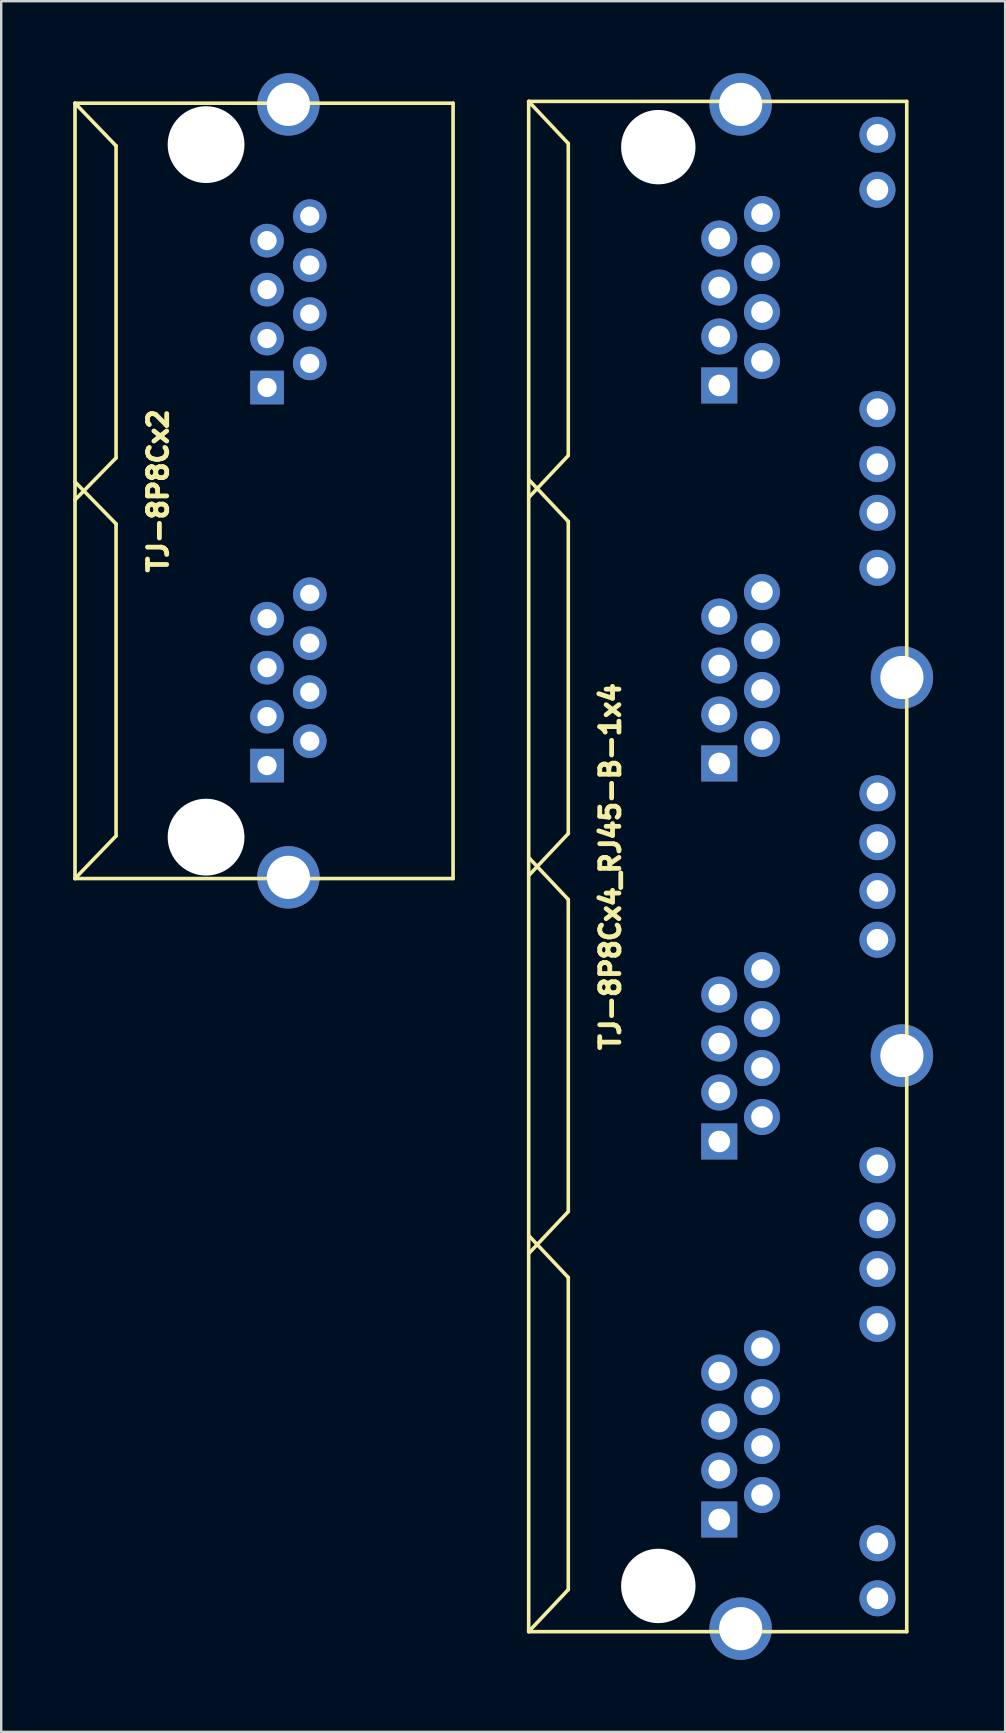
<source format=kicad_pcb>
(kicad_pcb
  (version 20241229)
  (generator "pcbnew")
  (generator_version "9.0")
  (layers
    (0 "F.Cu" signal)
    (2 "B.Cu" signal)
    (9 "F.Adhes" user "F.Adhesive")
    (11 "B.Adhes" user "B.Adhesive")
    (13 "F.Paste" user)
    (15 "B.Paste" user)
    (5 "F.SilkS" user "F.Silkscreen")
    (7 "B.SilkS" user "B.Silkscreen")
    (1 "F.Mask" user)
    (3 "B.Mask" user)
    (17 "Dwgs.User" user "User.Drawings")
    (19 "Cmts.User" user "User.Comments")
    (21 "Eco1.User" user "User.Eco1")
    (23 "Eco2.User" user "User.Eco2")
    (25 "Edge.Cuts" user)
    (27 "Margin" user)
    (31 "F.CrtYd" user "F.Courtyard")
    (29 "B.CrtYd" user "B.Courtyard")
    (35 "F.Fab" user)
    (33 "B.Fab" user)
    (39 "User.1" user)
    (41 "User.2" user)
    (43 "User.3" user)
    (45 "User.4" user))
  (footprint "TJ-8P8Cx2"
    (layer "F.Cu")
    (at 5.535 17.4)
    (property "Reference" "TJ-8P8Cx2" (at -2 0 90) (layer "F.SilkS") (effects (font (size 0.8 0.8) (thickness 0.2))))
    (attr through_hole)
    (fp_line (start -5.46 -16.15) (end -5.46 16.15) (stroke (width 0.15) (type solid)) (layer "F.SilkS"))
    (fp_line (start -5.46 0.376) (end -3.75 -1.374) (stroke (width 0.15) (type solid)) (layer "F.SilkS"))
    (fp_line (start -5.46 16.15) (end -3.75 14.374) (stroke (width 0.15) (type solid)) (layer "F.SilkS"))
    (fp_line (start -5.46 16.15) (end 10.29 16.15) (stroke (width 0.15) (type solid)) (layer "F.SilkS"))
    (fp_line (start -3.75 -14.374) (end -5.46 -16.15) (stroke (width 0.15) (type solid)) (layer "F.SilkS"))
    (fp_line (start -3.75 -1.374) (end -3.75 -14.374) (stroke (width 0.15) (type solid)) (layer "F.SilkS"))
    (fp_line (start -3.75 1.374) (end -5.46 -0.376) (stroke (width 0.15) (type solid)) (layer "F.SilkS"))
    (fp_line (start -3.75 14.374) (end -3.75 1.374) (stroke (width 0.15) (type solid)) (layer "F.SilkS"))
    (fp_line (start 10.29 -16.15) (end -5.46 -16.15) (stroke (width 0.15) (type solid)) (layer "F.SilkS"))
    (fp_line (start 10.29 16.15) (end 10.29 -16.15) (stroke (width 0.15) (type solid)) (layer "F.SilkS"))
    (pad "" np_thru_hole circle (at 0 -14.425) (size 3.2 3.2) (drill 3.2) (layers "*.Cu" "*.Mask"))
    (pad "" np_thru_hole circle (at 0 14.425) (size 3.2 3.2) (drill 3.2) (layers "*.Cu" "*.Mask"))
    (pad "1" thru_hole rect (at 2.54 -4.305) (size 1.4 1.4) (drill 0.8) (layers "*.Cu" "*.Mask"))
    (pad "2" thru_hole circle (at 4.32 -5.312) (size 1.4 1.4) (drill 0.8) (layers "*.Cu" "*.Mask"))
    (pad "3" thru_hole circle (at 2.54 -6.345) (size 1.4 1.4) (drill 0.8) (layers "*.Cu" "*.Mask"))
    (pad "4" thru_hole circle (at 4.32 -7.365) (size 1.4 1.4) (drill 0.8) (layers "*.Cu" "*.Mask"))
    (pad "5" thru_hole circle (at 2.54 -8.385) (size 1.4 1.4) (drill 0.8) (layers "*.Cu" "*.Mask"))
    (pad "6" thru_hole circle (at 4.32 -9.405) (size 1.4 1.4) (drill 0.8) (layers "*.Cu" "*.Mask"))
    (pad "7" thru_hole circle (at 2.54 -10.425) (size 1.4 1.4) (drill 0.8) (layers "*.Cu" "*.Mask"))
    (pad "8" thru_hole circle (at 4.32 -11.445) (size 1.4 1.4) (drill 0.8) (layers "*.Cu" "*.Mask"))
    (pad "9" thru_hole rect (at 2.54 11.445) (size 1.4 1.4) (drill 0.8) (layers "*.Cu" "*.Mask"))
    (pad "10" thru_hole circle (at 4.32 10.425) (size 1.4 1.4) (drill 0.8) (layers "*.Cu" "*.Mask"))
    (pad "11" thru_hole circle (at 2.54 9.405) (size 1.4 1.4) (drill 0.8) (layers "*.Cu" "*.Mask"))
    (pad "12" thru_hole circle (at 4.32 8.385) (size 1.4 1.4) (drill 0.8) (layers "*.Cu" "*.Mask"))
    (pad "13" thru_hole circle (at 2.54 7.365) (size 1.4 1.4) (drill 0.8) (layers "*.Cu" "*.Mask"))
    (pad "14" thru_hole circle (at 4.32 6.345) (size 1.4 1.4) (drill 0.8) (layers "*.Cu" "*.Mask"))
    (pad "15" thru_hole circle (at 2.54 5.325) (size 1.4 1.4) (drill 0.8) (layers "*.Cu" "*.Mask"))
    (pad "16" thru_hole circle (at 4.32 4.305) (size 1.4 1.4) (drill 0.8) (layers "*.Cu" "*.Mask"))
    (pad "H" thru_hole circle (at 3.43 -16.1) (size 2.6 2.6) (drill 1.8) (layers "*.Cu" "*.Mask"))
    (pad "H" thru_hole circle (at 3.43 16.1) (size 2.6 2.6) (drill 1.8) (layers "*.Cu" "*.Mask")))
  (footprint "TJ-8P8Cx4_RJ45-B-1x4"
    (layer "F.Cu")
    (at 24.375 33.05)
    (property "Reference" "TJ-8P8Cx4_RJ45-B-1x4" (at -2 0 90) (layer "F.SilkS") (effects (font (size 0.8 0.8) (thickness 0.2))))
    (attr through_hole)
    (fp_line (start -5.4 -31.875) (end -5.4 31.875) (stroke (width 0.15) (type solid)) (layer "F.SilkS"))
    (fp_line (start -5.4 -15.372) (end -3.75 -17.122) (stroke (width 0.15) (type solid)) (layer "F.SilkS"))
    (fp_line (start -5.4 0.376) (end -3.75 -1.374) (stroke (width 0.15) (type solid)) (layer "F.SilkS"))
    (fp_line (start -5.4 16.124) (end -3.75 14.374) (stroke (width 0.15) (type solid)) (layer "F.SilkS"))
    (fp_line (start -5.4 31.872) (end -3.75 30.122) (stroke (width 0.15) (type solid)) (layer "F.SilkS"))
    (fp_line (start -5.4 31.875) (end 10.35 31.875) (stroke (width 0.15) (type solid)) (layer "F.SilkS"))
    (fp_line (start -3.75 -30.122) (end -5.4 -31.872) (stroke (width 0.15) (type solid)) (layer "F.SilkS"))
    (fp_line (start -3.75 -17.122) (end -3.75 -30.122) (stroke (width 0.15) (type solid)) (layer "F.SilkS"))
    (fp_line (start -3.75 -14.374) (end -5.4 -16.124) (stroke (width 0.15) (type solid)) (layer "F.SilkS"))
    (fp_line (start -3.75 -1.374) (end -3.75 -14.374) (stroke (width 0.15) (type solid)) (layer "F.SilkS"))
    (fp_line (start -3.75 1.374) (end -5.4 -0.376) (stroke (width 0.15) (type solid)) (layer "F.SilkS"))
    (fp_line (start -3.75 14.374) (end -3.75 1.374) (stroke (width 0.15) (type solid)) (layer "F.SilkS"))
    (fp_line (start -3.75 17.122) (end -5.4 15.372) (stroke (width 0.15) (type solid)) (layer "F.SilkS"))
    (fp_line (start -3.75 30.122) (end -3.75 17.122) (stroke (width 0.15) (type solid)) (layer "F.SilkS"))
    (fp_line (start 10.35 -31.875) (end -5.4 -31.875) (stroke (width 0.15) (type solid)) (layer "F.SilkS"))
    (fp_line (start 10.35 31.875) (end 10.35 -31.875) (stroke (width 0.15) (type solid)) (layer "F.SilkS"))
    (pad "" np_thru_hole circle (at 0 -29.97) (size 3.1 3.1) (drill 3.1) (layers "*.Cu" "*.Mask"))
    (pad "" np_thru_hole circle (at 0 29.97) (size 3.1 3.1) (drill 3.1) (layers "*.Cu" "*.Mask"))
    (pad "1" thru_hole rect (at 2.54 -20.042) (size 1.5 1.5) (drill 0.9) (layers "*.Cu" "*.Mask"))
    (pad "2" thru_hole circle (at 4.32 -21.062) (size 1.5 1.5) (drill 0.9) (layers "*.Cu" "*.Mask"))
    (pad "3" thru_hole circle (at 2.54 -22.082) (size 1.5 1.5) (drill 0.9) (layers "*.Cu" "*.Mask"))
    (pad "4" thru_hole circle (at 4.32 -23.102) (size 1.5 1.5) (drill 0.9) (layers "*.Cu" "*.Mask"))
    (pad "5" thru_hole circle (at 2.54 -24.122) (size 1.5 1.5) (drill 0.9) (layers "*.Cu" "*.Mask"))
    (pad "6" thru_hole circle (at 4.32 -25.142) (size 1.5 1.5) (drill 0.9) (layers "*.Cu" "*.Mask"))
    (pad "7" thru_hole circle (at 2.54 -26.162) (size 1.5 1.5) (drill 0.9) (layers "*.Cu" "*.Mask"))
    (pad "8" thru_hole circle (at 4.32 -27.182) (size 1.5 1.5) (drill 0.9) (layers "*.Cu" "*.Mask"))
    (pad "9" thru_hole circle (at 9.13 -16.765) (size 1.5 1.5) (drill 0.9) (layers "*.Cu" "*.Mask"))
    (pad "10" thru_hole circle (at 9.13 -19.055) (size 1.5 1.5) (drill 0.9) (layers "*.Cu" "*.Mask"))
    (pad "11" thru_hole circle (at 9.13 -28.195) (size 1.5 1.5) (drill 0.9) (layers "*.Cu" "*.Mask"))
    (pad "12" thru_hole circle (at 9.13 -30.485) (size 1.5 1.5) (drill 0.9) (layers "*.Cu" "*.Mask"))
    (pad "13" thru_hole rect (at 2.54 -4.294) (size 1.5 1.5) (drill 0.9) (layers "*.Cu" "*.Mask"))
    (pad "14" thru_hole circle (at 4.32 -5.314) (size 1.5 1.5) (drill 0.9) (layers "*.Cu" "*.Mask"))
    (pad "15" thru_hole circle (at 2.54 -6.334) (size 1.5 1.5) (drill 0.9) (layers "*.Cu" "*.Mask"))
    (pad "16" thru_hole circle (at 4.32 -7.354) (size 1.5 1.5) (drill 0.9) (layers "*.Cu" "*.Mask"))
    (pad "17" thru_hole circle (at 2.54 -8.374) (size 1.5 1.5) (drill 0.9) (layers "*.Cu" "*.Mask"))
    (pad "18" thru_hole circle (at 4.32 -9.394) (size 1.5 1.5) (drill 0.9) (layers "*.Cu" "*.Mask"))
    (pad "19" thru_hole circle (at 2.54 -10.414) (size 1.5 1.5) (drill 0.9) (layers "*.Cu" "*.Mask"))
    (pad "20" thru_hole circle (at 4.32 -11.434) (size 1.5 1.5) (drill 0.9) (layers "*.Cu" "*.Mask"))
    (pad "21" thru_hole circle (at 9.13 -1.015) (size 1.5 1.5) (drill 0.9) (layers "*.Cu" "*.Mask"))
    (pad "22" thru_hole circle (at 9.13 -3.05) (size 1.5 1.5) (drill 0.9) (layers "*.Cu" "*.Mask"))
    (pad "23" thru_hole circle (at 9.13 -12.445) (size 1.5 1.5) (drill 0.9) (layers "*.Cu" "*.Mask"))
    (pad "24" thru_hole circle (at 9.13 -14.737) (size 1.5 1.5) (drill 0.9) (layers "*.Cu" "*.Mask"))
    (pad "25" thru_hole rect (at 2.54 11.454) (size 1.5 1.5) (drill 0.9) (layers "*.Cu" "*.Mask"))
    (pad "26" thru_hole circle (at 4.32 10.434) (size 1.5 1.5) (drill 0.9) (layers "*.Cu" "*.Mask"))
    (pad "27" thru_hole circle (at 2.54 9.414) (size 1.5 1.5) (drill 0.9) (layers "*.Cu" "*.Mask"))
    (pad "28" thru_hole circle (at 4.32 8.394) (size 1.5 1.5) (drill 0.9) (layers "*.Cu" "*.Mask"))
    (pad "29" thru_hole circle (at 2.54 7.374) (size 1.5 1.5) (drill 0.9) (layers "*.Cu" "*.Mask"))
    (pad "30" thru_hole circle (at 4.32 6.354) (size 1.5 1.5) (drill 0.9) (layers "*.Cu" "*.Mask"))
    (pad "31" thru_hole circle (at 2.54 5.334) (size 1.5 1.5) (drill 0.9) (layers "*.Cu" "*.Mask"))
    (pad "32" thru_hole circle (at 4.32 4.314) (size 1.5 1.5) (drill 0.9) (layers "*.Cu" "*.Mask"))
    (pad "33" thru_hole circle (at 9.13 14.737) (size 1.5 1.5) (drill 0.9) (layers "*.Cu" "*.Mask"))
    (pad "34" thru_hole circle (at 9.13 3.05) (size 1.5 1.5) (drill 0.9) (layers "*.Cu" "*.Mask"))
    (pad "34" thru_hole circle (at 9.13 12.445) (size 1.5 1.5) (drill 0.9) (layers "*.Cu" "*.Mask"))
    (pad "36" thru_hole circle (at 9.13 1.015) (size 1.5 1.5) (drill 0.9) (layers "*.Cu" "*.Mask"))
    (pad "37" thru_hole rect (at 2.54 27.202) (size 1.5 1.5) (drill 0.9) (layers "*.Cu" "*.Mask"))
    (pad "38" thru_hole circle (at 4.32 26.182) (size 1.5 1.5) (drill 0.9) (layers "*.Cu" "*.Mask"))
    (pad "39" thru_hole circle (at 2.54 25.162) (size 1.5 1.5) (drill 0.9) (layers "*.Cu" "*.Mask"))
    (pad "40" thru_hole circle (at 4.32 24.142) (size 1.5 1.5) (drill 0.9) (layers "*.Cu" "*.Mask"))
    (pad "41" thru_hole circle (at 2.54 23.122) (size 1.5 1.5) (drill 0.9) (layers "*.Cu" "*.Mask"))
    (pad "42" thru_hole circle (at 4.32 22.102) (size 1.5 1.5) (drill 0.9) (layers "*.Cu" "*.Mask"))
    (pad "43" thru_hole circle (at 2.54 21.082) (size 1.5 1.5) (drill 0.9) (layers "*.Cu" "*.Mask"))
    (pad "44" thru_hole circle (at 4.32 20.062) (size 1.5 1.5) (drill 0.9) (layers "*.Cu" "*.Mask"))
    (pad "45" thru_hole circle (at 9.13 30.485) (size 1.5 1.5) (drill 0.9) (layers "*.Cu" "*.Mask"))
    (pad "46" thru_hole circle (at 9.13 28.195) (size 1.5 1.5) (drill 0.9) (layers "*.Cu" "*.Mask"))
    (pad "47" thru_hole circle (at 9.13 19.055) (size 1.5 1.5) (drill 0.9) (layers "*.Cu" "*.Mask"))
    (pad "48" thru_hole circle (at 9.13 16.765) (size 1.5 1.5) (drill 0.9) (layers "*.Cu" "*.Mask"))
    (pad "H" thru_hole circle (at 3.43 -31.75) (size 2.6 2.6) (drill 1.8) (layers "*.Cu" "*.Mask"))
    (pad "H" thru_hole circle (at 3.43 31.75) (size 2.6 2.6) (drill 1.8) (layers "*.Cu" "*.Mask"))
    (pad "H" thru_hole circle (at 10.15 -7.875) (size 2.6 2.6) (drill 1.8) (layers "*.Cu" "*.Mask"))
    (pad "H" thru_hole circle (at 10.15 7.875) (size 2.6 2.6) (drill 1.8) (layers "*.Cu" "*.Mask")))
  (gr_rect
    (start -3 -3)
    (end 38.825 69.1)
    (stroke (width 0.1) (type default))
    (fill no)
    (layer "Edge.Cuts")))
</source>
